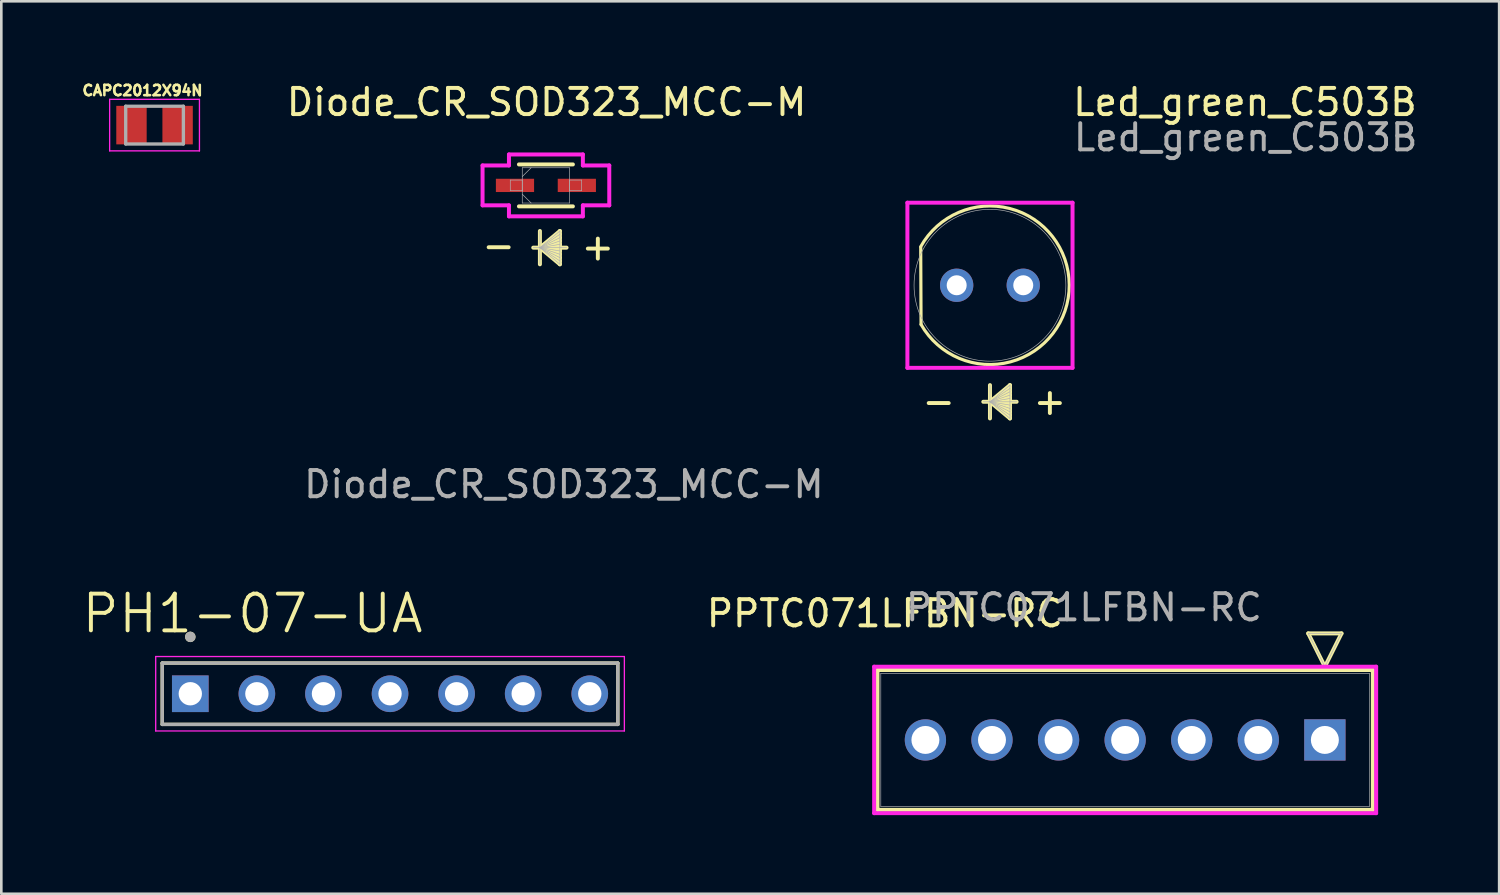
<source format=kicad_pcb>
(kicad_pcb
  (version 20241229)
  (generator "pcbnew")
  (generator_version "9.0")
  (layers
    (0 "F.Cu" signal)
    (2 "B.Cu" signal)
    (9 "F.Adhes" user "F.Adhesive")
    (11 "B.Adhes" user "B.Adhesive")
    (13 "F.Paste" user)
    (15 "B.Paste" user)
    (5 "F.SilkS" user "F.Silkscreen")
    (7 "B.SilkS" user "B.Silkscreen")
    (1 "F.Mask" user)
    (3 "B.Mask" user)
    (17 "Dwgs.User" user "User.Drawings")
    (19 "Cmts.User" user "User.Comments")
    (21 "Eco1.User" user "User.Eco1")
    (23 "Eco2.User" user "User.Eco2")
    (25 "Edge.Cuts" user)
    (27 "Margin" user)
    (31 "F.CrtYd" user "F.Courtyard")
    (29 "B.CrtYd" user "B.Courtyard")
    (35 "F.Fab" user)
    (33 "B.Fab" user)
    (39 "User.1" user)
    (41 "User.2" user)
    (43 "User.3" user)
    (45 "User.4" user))
  (footprint "CAPC2012X94N"
    (layer "F.Cu")
    (at 2.846 1.723)
    (property "Reference" "CAPC2012X94N" (at -0.46 -1.32 0) (layer "F.SilkS") (effects (font (size 0.394 0.394) (thickness 0.15))))
    (attr smd)
    (fp_line (start -1.713 -0.983) (end 1.713 -0.983) (stroke (width 0.05) (type solid)) (layer "F.CrtYd"))
    (fp_line (start -1.713 0.983) (end -1.713 -0.983) (stroke (width 0.05) (type solid)) (layer "F.CrtYd"))
    (fp_line (start -1.713 0.983) (end 1.713 0.983) (stroke (width 0.05) (type solid)) (layer "F.CrtYd"))
    (fp_line (start 1.713 0.983) (end 1.713 -0.983) (stroke (width 0.05) (type solid)) (layer "F.CrtYd"))
    (fp_line (start -1.1 0.72) (end -1.1 -0.72) (stroke (width 0.127) (type solid)) (layer "F.Fab"))
    (fp_line (start 1.1 -0.72) (end -1.1 -0.72) (stroke (width 0.127) (type solid)) (layer "F.Fab"))
    (fp_line (start 1.1 0.72) (end -1.1 0.72) (stroke (width 0.127) (type solid)) (layer "F.Fab"))
    (fp_line (start 1.1 0.72) (end 1.1 -0.72) (stroke (width 0.127) (type solid)) (layer "F.Fab"))
    (pad "1" smd rect (at -0.88 0) (size 1.16 1.47) (layers "F.Cu" "F.Mask" "F.Paste"))
    (pad "2" smd rect (at 0.88 0) (size 1.16 1.47) (layers "F.Cu" "F.Mask" "F.Paste")))
  (footprint "PH1-07-UA"
    (layer "F.Cu")
    (at 11.83 23.417)
    (property "Reference" "PH1-07-UA" (at -5.245 -3.059 0) (layer "F.SilkS") (effects (font (size 1.4 1.4) (thickness 0.15))))
    (attr through_hole)
    (fp_line (start -8.69 -1.17) (end 8.69 -1.17) (stroke (width 0.127) (type solid)) (layer "F.SilkS"))
    (fp_line (start -8.69 1.17) (end -8.69 -1.17) (stroke (width 0.127) (type solid)) (layer "F.SilkS"))
    (fp_line (start 8.69 -1.17) (end 8.69 1.17) (stroke (width 0.127) (type solid)) (layer "F.SilkS"))
    (fp_line (start 8.69 1.17) (end -8.69 1.17) (stroke (width 0.127) (type solid)) (layer "F.SilkS"))
    (fp_circle (center -7.62 -2.17) (end -7.52 -2.17) (stroke (width 0.2) (type solid)) (fill no) (layer "F.SilkS"))
    (fp_line (start -8.94 -1.42) (end 8.94 -1.42) (stroke (width 0.05) (type solid)) (layer "F.CrtYd"))
    (fp_line (start -8.94 1.42) (end -8.94 -1.42) (stroke (width 0.05) (type solid)) (layer "F.CrtYd"))
    (fp_line (start 8.94 -1.42) (end 8.94 1.42) (stroke (width 0.05) (type solid)) (layer "F.CrtYd"))
    (fp_line (start 8.94 1.42) (end -8.94 1.42) (stroke (width 0.05) (type solid)) (layer "F.CrtYd"))
    (fp_line (start -8.69 -1.17) (end 8.69 -1.17) (stroke (width 0.127) (type solid)) (layer "F.Fab"))
    (fp_line (start -8.69 1.17) (end -8.69 -1.17) (stroke (width 0.127) (type solid)) (layer "F.Fab"))
    (fp_line (start 8.69 -1.17) (end 8.69 1.17) (stroke (width 0.127) (type solid)) (layer "F.Fab"))
    (fp_line (start 8.69 1.17) (end -8.69 1.17) (stroke (width 0.127) (type solid)) (layer "F.Fab"))
    (fp_circle (center -7.62 -2.17) (end -7.52 -2.17) (stroke (width 0.2) (type solid)) (fill no) (layer "F.Fab"))
    (pad "1" thru_hole rect (at -7.62 0) (size 1.398 1.398) (drill 0.89) (layers "*.Cu" "*.Mask"))
    (pad "2" thru_hole circle (at -5.08 0) (size 1.398 1.398) (drill 0.89) (layers "*.Cu" "*.Mask"))
    (pad "3" thru_hole circle (at -2.54 0) (size 1.398 1.398) (drill 0.89) (layers "*.Cu" "*.Mask"))
    (pad "4" thru_hole circle (at 0 0) (size 1.398 1.398) (drill 0.89) (layers "*.Cu" "*.Mask"))
    (pad "5" thru_hole circle (at 2.54 0) (size 1.398 1.398) (drill 0.89) (layers "*.Cu" "*.Mask"))
    (pad "6" thru_hole circle (at 5.08 0) (size 1.398 1.398) (drill 0.89) (layers "*.Cu" "*.Mask"))
    (pad "7" thru_hole circle (at 7.62 0) (size 1.398 1.398) (drill 0.89) (layers "*.Cu" "*.Mask")))
  (footprint "Diode_CR_SOD323_MCC-M"
    (layer "F.Cu")
    (at 17.777 4.023)
    (property "Reference" "Diode_CR_SOD323_MCC-M" (at 0.025 -3.175 0) (unlocked yes) (layer "F.SilkS") (effects (font (size 1 1) (thickness 0.15))))
    (attr smd)
    (fp_line (start -1.029 0.8) (end 1.029 0.8) (stroke (width 0.152) (type solid)) (layer "F.SilkS"))
    (fp_line (start -0.229 1.74) (end -0.229 3.01) (stroke (width 0.152) (type solid)) (layer "F.SilkS"))
    (fp_line (start -0.229 2.375) (end 0.533 1.74) (stroke (width 0.152) (type solid)) (layer "F.SilkS"))
    (fp_line (start -0.229 2.375) (end 0.533 1.867) (stroke (width 0.152) (type solid)) (layer "F.SilkS"))
    (fp_line (start -0.229 2.375) (end 0.533 1.994) (stroke (width 0.152) (type solid)) (layer "F.SilkS"))
    (fp_line (start -0.229 2.375) (end 0.533 2.121) (stroke (width 0.152) (type solid)) (layer "F.SilkS"))
    (fp_line (start -0.229 2.375) (end 0.533 2.248) (stroke (width 0.152) (type solid)) (layer "F.SilkS"))
    (fp_line (start -0.229 2.375) (end 0.533 2.502) (stroke (width 0.152) (type solid)) (layer "F.SilkS"))
    (fp_line (start -0.229 2.375) (end 0.533 2.629) (stroke (width 0.152) (type solid)) (layer "F.SilkS"))
    (fp_line (start -0.229 2.375) (end 0.533 2.756) (stroke (width 0.152) (type solid)) (layer "F.SilkS"))
    (fp_line (start -0.229 2.375) (end 0.533 2.883) (stroke (width 0.152) (type solid)) (layer "F.SilkS"))
    (fp_line (start -0.229 2.375) (end 0.533 3.01) (stroke (width 0.152) (type solid)) (layer "F.SilkS"))
    (fp_line (start 0.533 1.74) (end 0.533 3.01) (stroke (width 0.152) (type solid)) (layer "F.SilkS"))
    (fp_line (start 0.787 2.375) (end -0.483 2.375) (stroke (width 0.152) (type solid)) (layer "F.SilkS"))
    (fp_line (start 1.029 -0.8) (end -1.029 -0.8) (stroke (width 0.152) (type solid)) (layer "F.SilkS"))
    (fp_line (start -2.417 -0.761) (end -1.41 -0.761) (stroke (width 0.152) (type solid)) (layer "F.CrtYd"))
    (fp_line (start -2.417 0.761) (end -2.417 -0.761) (stroke (width 0.152) (type solid)) (layer "F.CrtYd"))
    (fp_line (start -1.41 -1.181) (end 1.41 -1.181) (stroke (width 0.152) (type solid)) (layer "F.CrtYd"))
    (fp_line (start -1.41 -0.761) (end -1.41 -1.181) (stroke (width 0.152) (type solid)) (layer "F.CrtYd"))
    (fp_line (start -1.41 0.761) (end -2.417 0.761) (stroke (width 0.152) (type solid)) (layer "F.CrtYd"))
    (fp_line (start -1.41 1.181) (end -1.41 0.761) (stroke (width 0.152) (type solid)) (layer "F.CrtYd"))
    (fp_line (start 1.41 -1.181) (end 1.41 -0.761) (stroke (width 0.152) (type solid)) (layer "F.CrtYd"))
    (fp_line (start 1.41 -0.761) (end 2.417 -0.761) (stroke (width 0.152) (type solid)) (layer "F.CrtYd"))
    (fp_line (start 1.41 0.761) (end 1.41 1.181) (stroke (width 0.152) (type solid)) (layer "F.CrtYd"))
    (fp_line (start 1.41 1.181) (end -1.41 1.181) (stroke (width 0.152) (type solid)) (layer "F.CrtYd"))
    (fp_line (start 2.417 -0.761) (end 2.417 0.761) (stroke (width 0.152) (type solid)) (layer "F.CrtYd"))
    (fp_line (start 2.417 0.761) (end 1.41 0.761) (stroke (width 0.152) (type solid)) (layer "F.CrtYd"))
    (fp_line (start -1.359 -0.203) (end -1.359 0.203) (stroke (width 0.025) (type solid)) (layer "F.Fab"))
    (fp_line (start -1.359 0.203) (end -0.902 0.203) (stroke (width 0.025) (type solid)) (layer "F.Fab"))
    (fp_line (start -0.902 -0.673) (end -0.902 0.673) (stroke (width 0.025) (type solid)) (layer "F.Fab"))
    (fp_line (start -0.902 -0.337) (end -0.565 -0.673) (stroke (width 0.025) (type solid)) (layer "F.Fab"))
    (fp_line (start -0.902 -0.203) (end -1.359 -0.203) (stroke (width 0.025) (type solid)) (layer "F.Fab"))
    (fp_line (start -0.902 0.203) (end -0.902 -0.203) (stroke (width 0.025) (type solid)) (layer "F.Fab"))
    (fp_line (start -0.902 0.337) (end -0.565 0.673) (stroke (width 0.025) (type solid)) (layer "F.Fab"))
    (fp_line (start -0.902 0.673) (end 0.902 0.673) (stroke (width 0.025) (type solid)) (layer "F.Fab"))
    (fp_line (start -0.229 1.74) (end -0.229 3.01) (stroke (width 0.025) (type solid)) (layer "F.Fab"))
    (fp_line (start -0.229 2.375) (end 0.533 1.74) (stroke (width 0.025) (type solid)) (layer "F.Fab"))
    (fp_line (start -0.229 2.375) (end 0.533 1.867) (stroke (width 0.025) (type solid)) (layer "F.Fab"))
    (fp_line (start -0.229 2.375) (end 0.533 1.994) (stroke (width 0.025) (type solid)) (layer "F.Fab"))
    (fp_line (start -0.229 2.375) (end 0.533 2.121) (stroke (width 0.025) (type solid)) (layer "F.Fab"))
    (fp_line (start -0.229 2.375) (end 0.533 2.248) (stroke (width 0.025) (type solid)) (layer "F.Fab"))
    (fp_line (start -0.229 2.375) (end 0.533 2.502) (stroke (width 0.025) (type solid)) (layer "F.Fab"))
    (fp_line (start -0.229 2.375) (end 0.533 2.629) (stroke (width 0.025) (type solid)) (layer "F.Fab"))
    (fp_line (start -0.229 2.375) (end 0.533 2.756) (stroke (width 0.025) (type solid)) (layer "F.Fab"))
    (fp_line (start -0.229 2.375) (end 0.533 2.883) (stroke (width 0.025) (type solid)) (layer "F.Fab"))
    (fp_line (start -0.229 2.375) (end 0.533 3.01) (stroke (width 0.025) (type solid)) (layer "F.Fab"))
    (fp_line (start 0.533 1.74) (end 0.533 3.01) (stroke (width 0.025) (type solid)) (layer "F.Fab"))
    (fp_line (start 0.787 2.375) (end -0.483 2.375) (stroke (width 0.025) (type solid)) (layer "F.Fab"))
    (fp_line (start 0.902 -0.673) (end -0.902 -0.673) (stroke (width 0.025) (type solid)) (layer "F.Fab"))
    (fp_line (start 0.902 -0.203) (end 0.902 0.203) (stroke (width 0.025) (type solid)) (layer "F.Fab"))
    (fp_line (start 0.902 0.203) (end 1.359 0.203) (stroke (width 0.025) (type solid)) (layer "F.Fab"))
    (fp_line (start 0.902 0.673) (end 0.902 -0.673) (stroke (width 0.025) (type solid)) (layer "F.Fab"))
    (fp_line (start 1.359 -0.203) (end 0.902 -0.203) (stroke (width 0.025) (type solid)) (layer "F.Fab"))
    (fp_line (start 1.359 0.203) (end 1.359 -0.203) (stroke (width 0.025) (type solid)) (layer "F.Fab"))
    (fp_text user "+" (at 1.981 2.337 0) (unlocked yes) (layer "F.SilkS") (effects (font (size 1 1) (thickness 0.15))))
    (fp_text user "-" (at -1.803 2.286 0) (unlocked yes) (layer "F.SilkS") (effects (font (size 1 1) (thickness 0.15))))
    (fp_text user "${REFERENCE}" (at 0.686 11.405 0) (unlocked yes) (layer "F.Fab") (effects (font (size 1 1) (thickness 0.15))))
    (pad "1" smd rect (at -1.18 0) (size 1.457 0.506) (layers "F.Cu" "F.Mask" "F.Paste"))
    (pad "2" smd rect (at 1.18 0) (size 1.457 0.506) (layers "F.Cu" "F.Mask" "F.Paste")))
  (footprint "Led_green_C503B"
    (layer "F.Cu")
    (at 33.448 7.833)
    (property "Reference" "Led_green_C503B" (at 10.998 -6.985 0) (unlocked yes) (layer "F.SilkS") (effects (font (size 1 1) (thickness 0.15))))
    (attr through_hole)
    (fp_line (start -1.372 -1.448) (end -1.359 1.495) (stroke (width 0.12) (type solid)) (layer "F.SilkS"))
    (fp_line (start 1.27 3.81) (end 1.27 5.08) (stroke (width 0.152) (type solid)) (layer "F.SilkS"))
    (fp_line (start 1.27 4.445) (end 2.032 3.81) (stroke (width 0.152) (type solid)) (layer "F.SilkS"))
    (fp_line (start 1.27 4.445) (end 2.032 3.937) (stroke (width 0.152) (type solid)) (layer "F.SilkS"))
    (fp_line (start 1.27 4.445) (end 2.032 4.064) (stroke (width 0.152) (type solid)) (layer "F.SilkS"))
    (fp_line (start 1.27 4.445) (end 2.032 4.191) (stroke (width 0.152) (type solid)) (layer "F.SilkS"))
    (fp_line (start 1.27 4.445) (end 2.032 4.318) (stroke (width 0.152) (type solid)) (layer "F.SilkS"))
    (fp_line (start 1.27 4.445) (end 2.032 4.572) (stroke (width 0.152) (type solid)) (layer "F.SilkS"))
    (fp_line (start 1.27 4.445) (end 2.032 4.699) (stroke (width 0.152) (type solid)) (layer "F.SilkS"))
    (fp_line (start 1.27 4.445) (end 2.032 4.826) (stroke (width 0.152) (type solid)) (layer "F.SilkS"))
    (fp_line (start 1.27 4.445) (end 2.032 4.953) (stroke (width 0.152) (type solid)) (layer "F.SilkS"))
    (fp_line (start 1.27 4.445) (end 2.032 5.08) (stroke (width 0.152) (type solid)) (layer "F.SilkS"))
    (fp_line (start 2.032 3.81) (end 2.032 5.08) (stroke (width 0.152) (type solid)) (layer "F.SilkS"))
    (fp_line (start 2.286 4.445) (end 1.016 4.445) (stroke (width 0.152) (type solid)) (layer "F.SilkS"))
    (fp_arc (start -1.3716 -1.4732) (mid 4.294601 -0.012556) (end -1.359278 1.49508) (stroke (width 0.12) (type solid)) (layer "F.SilkS"))
    (fp_line (start -1.88 -3.15) (end 4.42 -3.15) (stroke (width 0.152) (type solid)) (layer "F.CrtYd"))
    (fp_line (start -1.88 3.15) (end -1.88 -3.15) (stroke (width 0.152) (type solid)) (layer "F.CrtYd"))
    (fp_line (start 4.42 -3.15) (end 4.42 3.15) (stroke (width 0.152) (type solid)) (layer "F.CrtYd"))
    (fp_line (start 4.42 3.15) (end -1.88 3.15) (stroke (width 0.152) (type solid)) (layer "F.CrtYd"))
    (fp_line (start 1.27 3.81) (end 1.27 5.08) (stroke (width 0.025) (type solid)) (layer "F.Fab"))
    (fp_line (start 1.27 4.445) (end 2.032 3.81) (stroke (width 0.025) (type solid)) (layer "F.Fab"))
    (fp_line (start 1.27 4.445) (end 2.032 3.937) (stroke (width 0.025) (type solid)) (layer "F.Fab"))
    (fp_line (start 1.27 4.445) (end 2.032 4.064) (stroke (width 0.025) (type solid)) (layer "F.Fab"))
    (fp_line (start 1.27 4.445) (end 2.032 4.191) (stroke (width 0.025) (type solid)) (layer "F.Fab"))
    (fp_line (start 1.27 4.445) (end 2.032 4.318) (stroke (width 0.025) (type solid)) (layer "F.Fab"))
    (fp_line (start 1.27 4.445) (end 2.032 4.572) (stroke (width 0.025) (type solid)) (layer "F.Fab"))
    (fp_line (start 1.27 4.445) (end 2.032 4.699) (stroke (width 0.025) (type solid)) (layer "F.Fab"))
    (fp_line (start 1.27 4.445) (end 2.032 4.826) (stroke (width 0.025) (type solid)) (layer "F.Fab"))
    (fp_line (start 1.27 4.445) (end 2.032 4.953) (stroke (width 0.025) (type solid)) (layer "F.Fab"))
    (fp_line (start 1.27 4.445) (end 2.032 5.08) (stroke (width 0.025) (type solid)) (layer "F.Fab"))
    (fp_line (start 2.032 3.81) (end 2.032 5.08) (stroke (width 0.025) (type solid)) (layer "F.Fab"))
    (fp_line (start 2.286 4.445) (end 1.016 4.445) (stroke (width 0.025) (type solid)) (layer "F.Fab"))
    (fp_circle (center 1.27 0) (end 4.166 0) (stroke (width 0.025) (type solid)) (fill no) (layer "F.Fab"))
    (fp_text user "+" (at 3.556 4.42 0) (unlocked yes) (layer "F.SilkS") (effects (font (size 1 1) (thickness 0.15))))
    (fp_text user "-" (at -0.686 4.42 0) (unlocked yes) (layer "F.SilkS") (effects (font (size 1 1) (thickness 0.15))))
    (fp_text user "${REFERENCE}" (at 11.024 -5.639 0) (unlocked yes) (layer "F.Fab") (effects (font (size 1 1) (thickness 0.15))))
    (pad "1" thru_hole circle (at 0 0) (size 1.27 1.27) (drill 0.762) (layers "*.Cu" "*.Mask"))
    (pad "2" thru_hole circle (at 2.54 0) (size 1.27 1.27) (drill 0.762) (layers "*.Cu" "*.Mask")))
  (footprint "PPTC071LFBN-RC"
    (layer "F.Cu")
    (at 47.495 25.179)
    (property "Reference" "PPTC071LFBN-RC" (at -16.789 -4.826 0) (unlocked yes) (layer "F.SilkS") (effects (font (size 1 1) (thickness 0.15))))
    (attr through_hole)
    (fp_line (start -17.069 -2.667) (end -17.069 2.667) (stroke (width 0.152) (type solid)) (layer "F.SilkS"))
    (fp_line (start -17.069 2.667) (end 1.829 2.667) (stroke (width 0.152) (type solid)) (layer "F.SilkS"))
    (fp_line (start -0.635 -4.064) (end 0.635 -4.064) (stroke (width 0.152) (type solid)) (layer "F.SilkS"))
    (fp_line (start 0 -2.794) (end -0.635 -4.064) (stroke (width 0.152) (type solid)) (layer "F.SilkS"))
    (fp_line (start 0.635 -4.064) (end 0 -2.794) (stroke (width 0.152) (type solid)) (layer "F.SilkS"))
    (fp_line (start 1.829 -2.667) (end -17.069 -2.667) (stroke (width 0.152) (type solid)) (layer "F.SilkS"))
    (fp_line (start 1.829 2.667) (end 1.829 -2.667) (stroke (width 0.152) (type solid)) (layer "F.SilkS"))
    (fp_line (start -17.196 -2.794) (end -17.196 2.794) (stroke (width 0.152) (type solid)) (layer "F.CrtYd"))
    (fp_line (start -17.196 2.794) (end 1.956 2.794) (stroke (width 0.152) (type solid)) (layer "F.CrtYd"))
    (fp_line (start 1.956 -2.794) (end -17.196 -2.794) (stroke (width 0.152) (type solid)) (layer "F.CrtYd"))
    (fp_line (start 1.956 2.794) (end 1.956 -2.794) (stroke (width 0.152) (type solid)) (layer "F.CrtYd"))
    (fp_line (start -16.942 -2.54) (end -16.942 2.54) (stroke (width 0.025) (type solid)) (layer "F.Fab"))
    (fp_line (start -16.942 2.54) (end 1.702 2.54) (stroke (width 0.025) (type solid)) (layer "F.Fab"))
    (fp_line (start -0.635 -4.064) (end 0.635 -4.064) (stroke (width 0.025) (type solid)) (layer "F.Fab"))
    (fp_line (start 0 -2.794) (end -0.635 -4.064) (stroke (width 0.025) (type solid)) (layer "F.Fab"))
    (fp_line (start 0.635 -4.064) (end 0 -2.794) (stroke (width 0.025) (type solid)) (layer "F.Fab"))
    (fp_line (start 1.702 -2.54) (end -16.942 -2.54) (stroke (width 0.025) (type solid)) (layer "F.Fab"))
    (fp_line (start 1.702 2.54) (end 1.702 -2.54) (stroke (width 0.025) (type solid)) (layer "F.Fab"))
    (fp_text user "${REFERENCE}" (at -9.195 -5.055 0) (unlocked yes) (layer "F.Fab") (effects (font (size 1 1) (thickness 0.15))))
    (pad "1" thru_hole rect (at 0 0) (size 1.575 1.575) (drill 1.067) (layers "*.Cu" "*.Mask"))
    (pad "2" thru_hole circle (at -2.54 0) (size 1.575 1.575) (drill 1.067) (layers "*.Cu" "*.Mask"))
    (pad "3" thru_hole circle (at -5.08 0) (size 1.575 1.575) (drill 1.067) (layers "*.Cu" "*.Mask"))
    (pad "4" thru_hole circle (at -7.62 0) (size 1.575 1.575) (drill 1.067) (layers "*.Cu" "*.Mask"))
    (pad "5" thru_hole circle (at -10.16 0) (size 1.575 1.575) (drill 1.067) (layers "*.Cu" "*.Mask"))
    (pad "6" thru_hole circle (at -12.7 0) (size 1.575 1.575) (drill 1.067) (layers "*.Cu" "*.Mask"))
    (pad "7" thru_hole circle (at -15.24 0) (size 1.575 1.575) (drill 1.067) (layers "*.Cu" "*.Mask")))
  (gr_rect
    (start -3 -3)
    (end 54.144 31.049)
    (stroke (width 0.1) (type default))
    (fill no)
    (layer "Edge.Cuts")))
</source>
